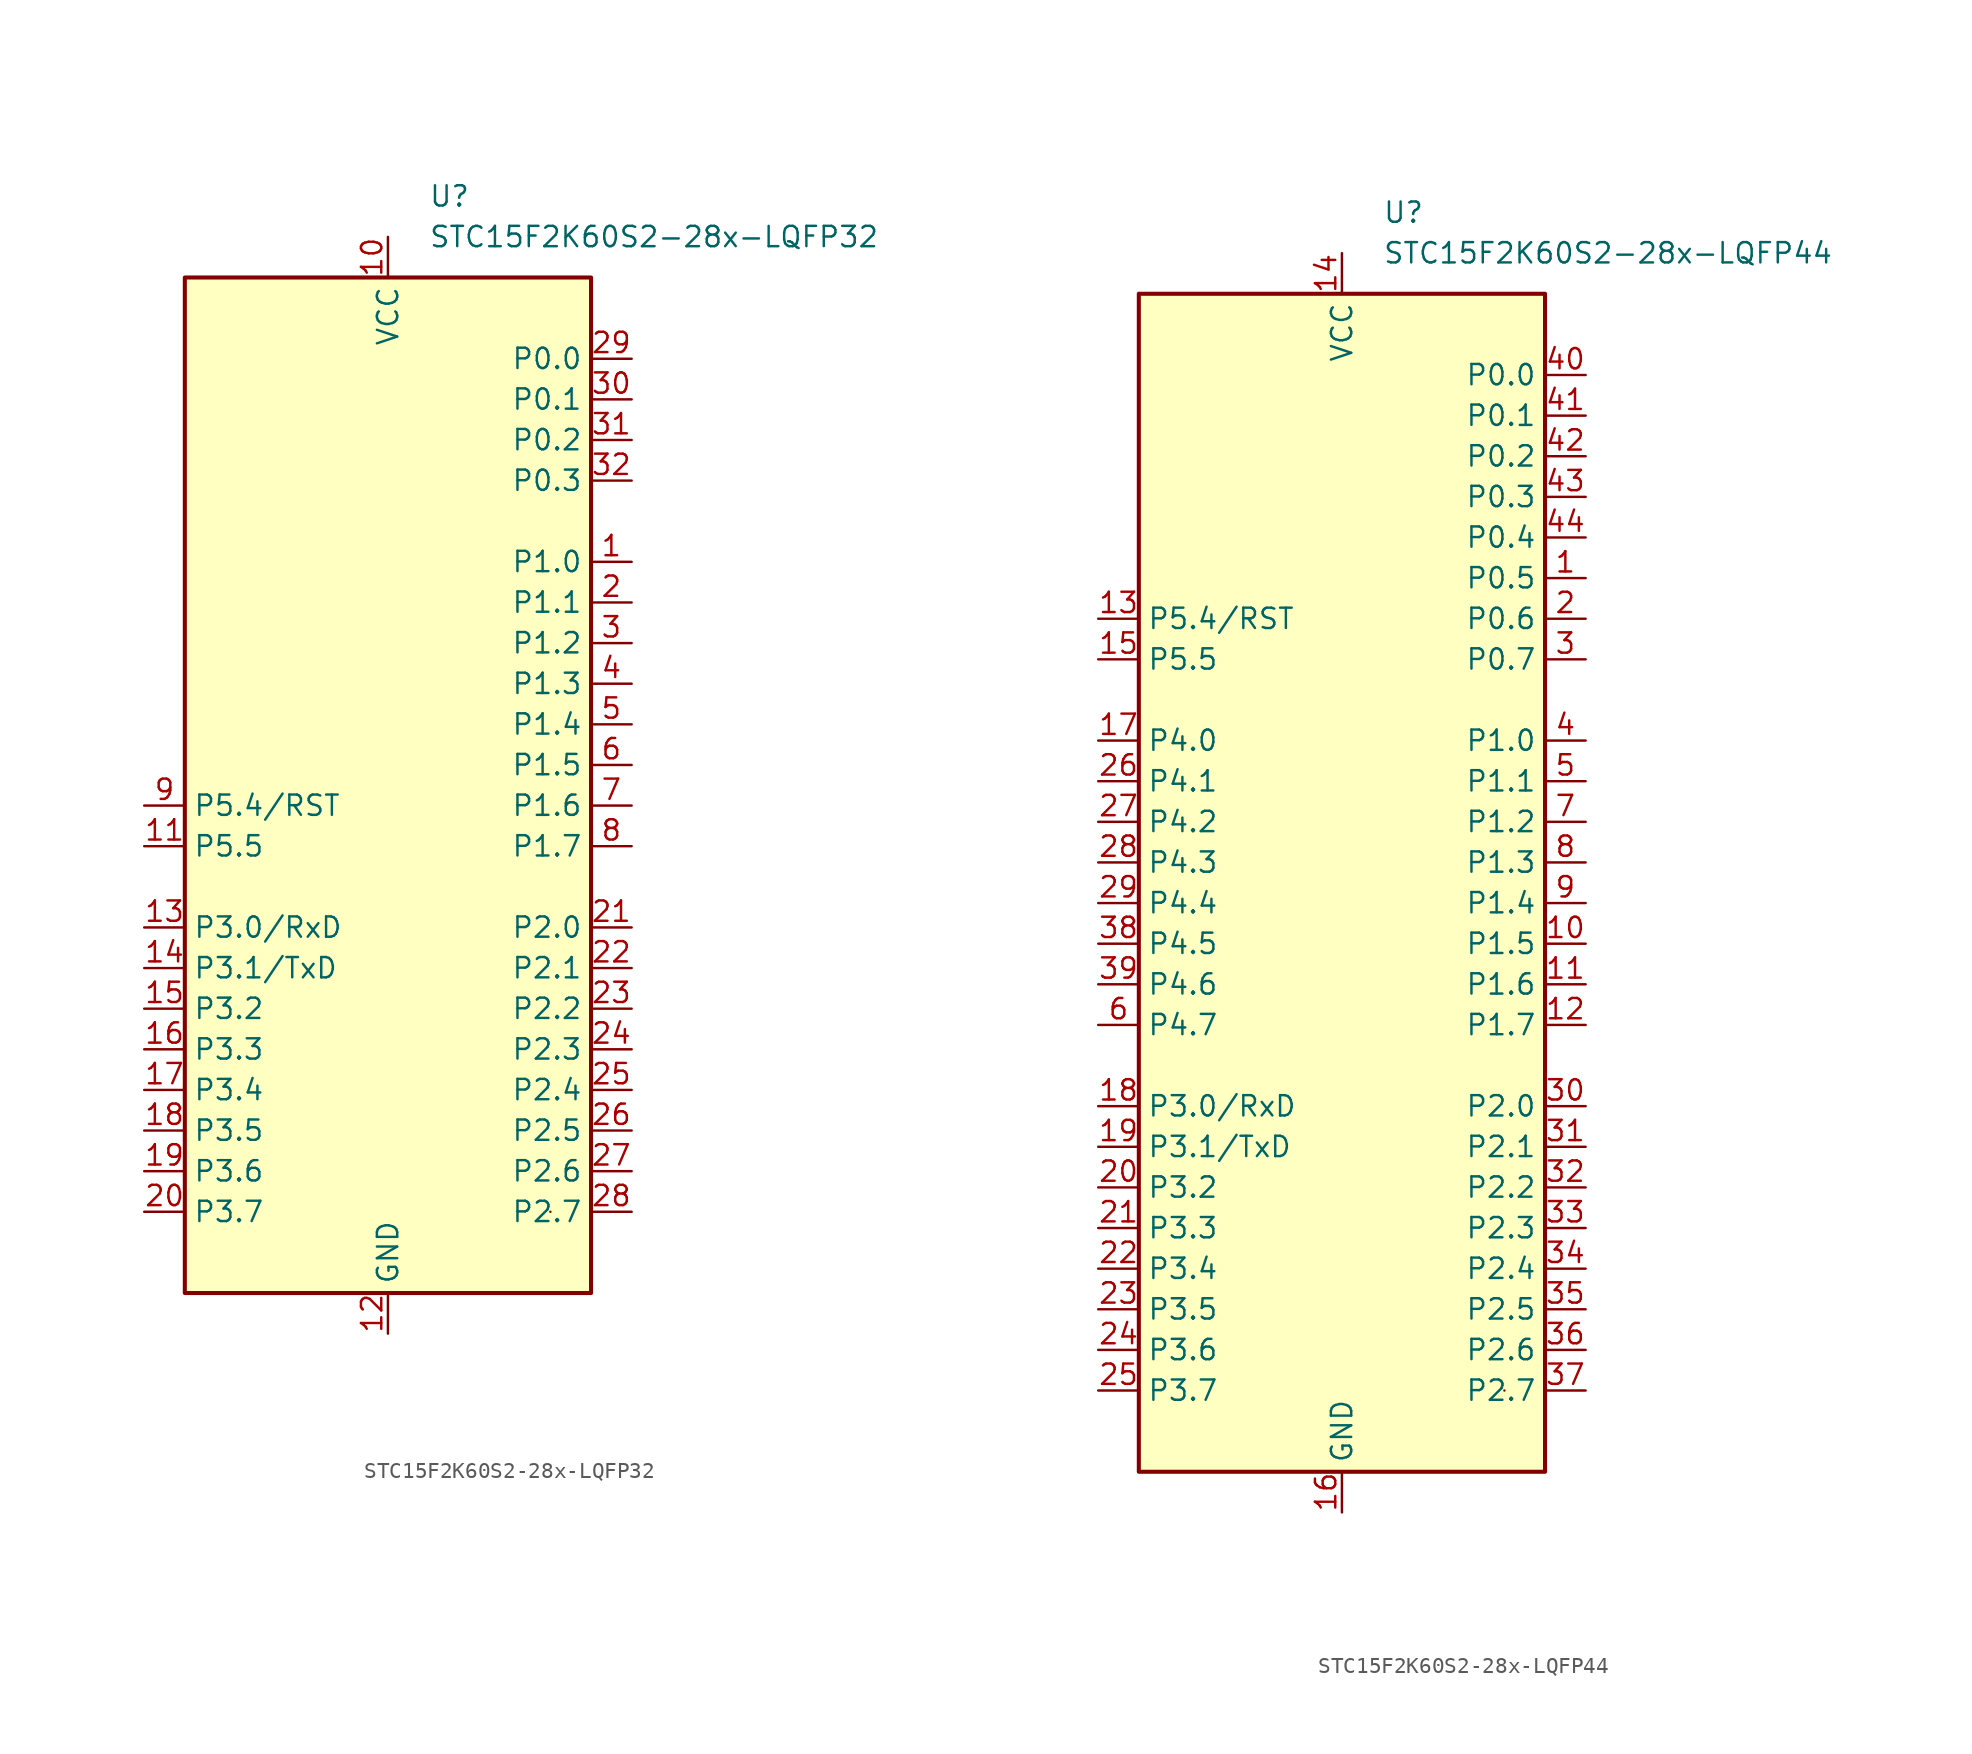
<source format=kicad_sym>
(kicad_symbol_lib
  (version 20211014)
  (generator kicad_symbol_editor)
  (symbol "STC15F2K60S2-28x-LQFP32"
    (property "Reference" "U"
      (at 2.54 36.83 0)
      (effects (font (size 1.27 1.27)) (justify left)))
    (property "Value" "STC15F2K60S2-28x-LQFP32"
      (at 2.54 34.29 0)
      (effects (font (size 1.27 1.27)) (justify left)))
    (symbol "STC15F2K60S2-28x-LQFP32_0_1"
      (rectangle (start -12.7 31.75) (end 12.7 -31.75) (stroke (width 0.254) (type default) (color 0 0 0 0)) (fill (type background)))
      (rectangle (start 10.16 -26.67) (end 10.16 -26.67) (stroke (width 0) (type default) (color 0 0 0 0)) (fill (type none))))
    (symbol "STC15F2K60S2-28x-LQFP32_1_1"
      (pin bidirectional line (at 15.24 13.97 180) (length 2.54) (name "P1.0" (effects (font (size 1.27 1.27)))) (number "1" (effects (font (size 1.27 1.27)))))
      (pin power_in line (at 0 34.29 270) (length 2.54) (name "VCC" (effects (font (size 1.27 1.27)))) (number "10" (effects (font (size 1.27 1.27)))))
      (pin bidirectional line (at -15.24 -3.81 0) (length 2.54) (name "P5.5" (effects (font (size 1.27 1.27)))) (number "11" (effects (font (size 1.27 1.27)))))
      (pin power_in line (at 0 -34.29 90) (length 2.54) (name "GND" (effects (font (size 1.27 1.27)))) (number "12" (effects (font (size 1.27 1.27)))))
      (pin bidirectional line (at -15.24 -8.89 0) (length 2.54) (name "P3.0/RxD" (effects (font (size 1.27 1.27)))) (number "13" (effects (font (size 1.27 1.27)))))
      (pin bidirectional line (at -15.24 -11.43 0) (length 2.54) (name "P3.1/TxD" (effects (font (size 1.27 1.27)))) (number "14" (effects (font (size 1.27 1.27)))))
      (pin bidirectional line (at -15.24 -13.97 0) (length 2.54) (name "P3.2" (effects (font (size 1.27 1.27)))) (number "15" (effects (font (size 1.27 1.27)))))
      (pin bidirectional line (at -15.24 -16.51 0) (length 2.54) (name "P3.3" (effects (font (size 1.27 1.27)))) (number "16" (effects (font (size 1.27 1.27)))))
      (pin bidirectional line (at -15.24 -19.05 0) (length 2.54) (name "P3.4" (effects (font (size 1.27 1.27)))) (number "17" (effects (font (size 1.27 1.27)))))
      (pin bidirectional line (at -15.24 -21.59 0) (length 2.54) (name "P3.5" (effects (font (size 1.27 1.27)))) (number "18" (effects (font (size 1.27 1.27)))))
      (pin bidirectional line (at -15.24 -24.13 0) (length 2.54) (name "P3.6" (effects (font (size 1.27 1.27)))) (number "19" (effects (font (size 1.27 1.27)))))
      (pin bidirectional line (at 15.24 11.43 180) (length 2.54) (name "P1.1" (effects (font (size 1.27 1.27)))) (number "2" (effects (font (size 1.27 1.27)))))
      (pin bidirectional line (at -15.24 -26.67 0) (length 2.54) (name "P3.7" (effects (font (size 1.27 1.27)))) (number "20" (effects (font (size 1.27 1.27)))))
      (pin bidirectional line (at 15.24 -8.89 180) (length 2.54) (name "P2.0" (effects (font (size 1.27 1.27)))) (number "21" (effects (font (size 1.27 1.27)))))
      (pin bidirectional line (at 15.24 -11.43 180) (length 2.54) (name "P2.1" (effects (font (size 1.27 1.27)))) (number "22" (effects (font (size 1.27 1.27)))))
      (pin bidirectional line (at 15.24 -13.97 180) (length 2.54) (name "P2.2" (effects (font (size 1.27 1.27)))) (number "23" (effects (font (size 1.27 1.27)))))
      (pin bidirectional line (at 15.24 -16.51 180) (length 2.54) (name "P2.3" (effects (font (size 1.27 1.27)))) (number "24" (effects (font (size 1.27 1.27)))))
      (pin bidirectional line (at 15.24 -19.05 180) (length 2.54) (name "P2.4" (effects (font (size 1.27 1.27)))) (number "25" (effects (font (size 1.27 1.27)))))
      (pin bidirectional line (at 15.24 -21.59 180) (length 2.54) (name "P2.5" (effects (font (size 1.27 1.27)))) (number "26" (effects (font (size 1.27 1.27)))))
      (pin bidirectional line (at 15.24 -24.13 180) (length 2.54) (name "P2.6" (effects (font (size 1.27 1.27)))) (number "27" (effects (font (size 1.27 1.27)))))
      (pin bidirectional line (at 15.24 -26.67 180) (length 2.54) (name "P2.7" (effects (font (size 1.27 1.27)))) (number "28" (effects (font (size 1.27 1.27)))))
      (pin bidirectional line (at 15.24 26.67 180) (length 2.54) (name "P0.0" (effects (font (size 1.27 1.27)))) (number "29" (effects (font (size 1.27 1.27)))))
      (pin bidirectional line (at 15.24 8.89 180) (length 2.54) (name "P1.2" (effects (font (size 1.27 1.27)))) (number "3" (effects (font (size 1.27 1.27)))))
      (pin bidirectional line (at 15.24 24.13 180) (length 2.54) (name "P0.1" (effects (font (size 1.27 1.27)))) (number "30" (effects (font (size 1.27 1.27)))))
      (pin bidirectional line (at 15.24 21.59 180) (length 2.54) (name "P0.2" (effects (font (size 1.27 1.27)))) (number "31" (effects (font (size 1.27 1.27)))))
      (pin bidirectional line (at 15.24 19.05 180) (length 2.54) (name "P0.3" (effects (font (size 1.27 1.27)))) (number "32" (effects (font (size 1.27 1.27)))))
      (pin bidirectional line (at 15.24 6.35 180) (length 2.54) (name "P1.3" (effects (font (size 1.27 1.27)))) (number "4" (effects (font (size 1.27 1.27)))))
      (pin bidirectional line (at 15.24 3.81 180) (length 2.54) (name "P1.4" (effects (font (size 1.27 1.27)))) (number "5" (effects (font (size 1.27 1.27)))))
      (pin bidirectional line (at 15.24 1.27 180) (length 2.54) (name "P1.5" (effects (font (size 1.27 1.27)))) (number "6" (effects (font (size 1.27 1.27)))))
      (pin bidirectional line (at 15.24 -1.27 180) (length 2.54) (name "P1.6" (effects (font (size 1.27 1.27)))) (number "7" (effects (font (size 1.27 1.27)))))
      (pin bidirectional line (at 15.24 -3.81 180) (length 2.54) (name "P1.7" (effects (font (size 1.27 1.27)))) (number "8" (effects (font (size 1.27 1.27)))))
      (pin bidirectional line (at -15.24 -1.27 0) (length 2.54) (name "P5.4/RST" (effects (font (size 1.27 1.27)))) (number "9" (effects (font (size 1.27 1.27)))))))
  (symbol "STC15F2K60S2-28x-LQFP44"
    (property "Reference" "U"
      (at 2.54 41.91 0)
      (effects (font (size 1.27 1.27)) (justify left)))
    (property "Value" "STC15F2K60S2-28x-LQFP44"
      (at 2.54 39.37 0)
      (effects (font (size 1.27 1.27)) (justify left)))
    (symbol "STC15F2K60S2-28x-LQFP44_0_0"
      (pin bidirectional line (at -15.24 8.89 0) (length 2.54) (name "P4.0" (effects (font (size 1.27 1.27)))) (number "17" (effects (font (size 1.27 1.27)))))
      (pin bidirectional line (at -15.24 1.27 0) (length 2.54) (name "P4.3" (effects (font (size 1.27 1.27)))) (number "28" (effects (font (size 1.27 1.27)))))
      (pin bidirectional line (at -15.24 -6.35 0) (length 2.54) (name "P4.6" (effects (font (size 1.27 1.27)))) (number "39" (effects (font (size 1.27 1.27)))))
      (pin bidirectional line (at -15.24 -8.89 0) (length 2.54) (name "P4.7" (effects (font (size 1.27 1.27)))) (number "6" (effects (font (size 1.27 1.27))))))
    (symbol "STC15F2K60S2-28x-LQFP44_0_1"
      (rectangle (start -12.7 36.83) (end 12.7 -36.83) (stroke (width 0.254) (type default) (color 0 0 0 0)) (fill (type background)))
      (rectangle (start 10.16 -31.75) (end 10.16 -31.75) (stroke (width 0) (type default) (color 0 0 0 0)) (fill (type none))))
    (symbol "STC15F2K60S2-28x-LQFP44_1_1"
      (pin bidirectional line (at 15.24 19.05 180) (length 2.54) (name "P0.5" (effects (font (size 1.27 1.27)))) (number "1" (effects (font (size 1.27 1.27)))))
      (pin bidirectional line (at 15.24 -3.81 180) (length 2.54) (name "P1.5" (effects (font (size 1.27 1.27)))) (number "10" (effects (font (size 1.27 1.27)))))
      (pin bidirectional line (at 15.24 -6.35 180) (length 2.54) (name "P1.6" (effects (font (size 1.27 1.27)))) (number "11" (effects (font (size 1.27 1.27)))))
      (pin bidirectional line (at 15.24 -8.89 180) (length 2.54) (name "P1.7" (effects (font (size 1.27 1.27)))) (number "12" (effects (font (size 1.27 1.27)))))
      (pin bidirectional line (at -15.24 16.51 0) (length 2.54) (name "P5.4/RST" (effects (font (size 1.27 1.27)))) (number "13" (effects (font (size 1.27 1.27)))))
      (pin power_in line (at 0 39.37 270) (length 2.54) (name "VCC" (effects (font (size 1.27 1.27)))) (number "14" (effects (font (size 1.27 1.27)))))
      (pin bidirectional line (at -15.24 13.97 0) (length 2.54) (name "P5.5" (effects (font (size 1.27 1.27)))) (number "15" (effects (font (size 1.27 1.27)))))
      (pin power_in line (at 0 -39.37 90) (length 2.54) (name "GND" (effects (font (size 1.27 1.27)))) (number "16" (effects (font (size 1.27 1.27)))))
      (pin bidirectional line (at -15.24 -13.97 0) (length 2.54) (name "P3.0/RxD" (effects (font (size 1.27 1.27)))) (number "18" (effects (font (size 1.27 1.27)))))
      (pin bidirectional line (at -15.24 -16.51 0) (length 2.54) (name "P3.1/TxD" (effects (font (size 1.27 1.27)))) (number "19" (effects (font (size 1.27 1.27)))))
      (pin bidirectional line (at 15.24 16.51 180) (length 2.54) (name "P0.6" (effects (font (size 1.27 1.27)))) (number "2" (effects (font (size 1.27 1.27)))))
      (pin bidirectional line (at -15.24 -19.05 0) (length 2.54) (name "P3.2" (effects (font (size 1.27 1.27)))) (number "20" (effects (font (size 1.27 1.27)))))
      (pin bidirectional line (at -15.24 -21.59 0) (length 2.54) (name "P3.3" (effects (font (size 1.27 1.27)))) (number "21" (effects (font (size 1.27 1.27)))))
      (pin bidirectional line (at -15.24 -24.13 0) (length 2.54) (name "P3.4" (effects (font (size 1.27 1.27)))) (number "22" (effects (font (size 1.27 1.27)))))
      (pin bidirectional line (at -15.24 -26.67 0) (length 2.54) (name "P3.5" (effects (font (size 1.27 1.27)))) (number "23" (effects (font (size 1.27 1.27)))))
      (pin bidirectional line (at -15.24 -29.21 0) (length 2.54) (name "P3.6" (effects (font (size 1.27 1.27)))) (number "24" (effects (font (size 1.27 1.27)))))
      (pin bidirectional line (at -15.24 -31.75 0) (length 2.54) (name "P3.7" (effects (font (size 1.27 1.27)))) (number "25" (effects (font (size 1.27 1.27)))))
      (pin bidirectional line (at -15.24 6.35 0) (length 2.54) (name "P4.1" (effects (font (size 1.27 1.27)))) (number "26" (effects (font (size 1.27 1.27)))))
      (pin bidirectional line (at -15.24 3.81 0) (length 2.54) (name "P4.2" (effects (font (size 1.27 1.27)))) (number "27" (effects (font (size 1.27 1.27)))))
      (pin bidirectional line (at -15.24 -1.27 0) (length 2.54) (name "P4.4" (effects (font (size 1.27 1.27)))) (number "29" (effects (font (size 1.27 1.27)))))
      (pin bidirectional line (at 15.24 13.97 180) (length 2.54) (name "P0.7" (effects (font (size 1.27 1.27)))) (number "3" (effects (font (size 1.27 1.27)))))
      (pin bidirectional line (at 15.24 -13.97 180) (length 2.54) (name "P2.0" (effects (font (size 1.27 1.27)))) (number "30" (effects (font (size 1.27 1.27)))))
      (pin bidirectional line (at 15.24 -16.51 180) (length 2.54) (name "P2.1" (effects (font (size 1.27 1.27)))) (number "31" (effects (font (size 1.27 1.27)))))
      (pin bidirectional line (at 15.24 -19.05 180) (length 2.54) (name "P2.2" (effects (font (size 1.27 1.27)))) (number "32" (effects (font (size 1.27 1.27)))))
      (pin bidirectional line (at 15.24 -21.59 180) (length 2.54) (name "P2.3" (effects (font (size 1.27 1.27)))) (number "33" (effects (font (size 1.27 1.27)))))
      (pin bidirectional line (at 15.24 -24.13 180) (length 2.54) (name "P2.4" (effects (font (size 1.27 1.27)))) (number "34" (effects (font (size 1.27 1.27)))))
      (pin bidirectional line (at 15.24 -26.67 180) (length 2.54) (name "P2.5" (effects (font (size 1.27 1.27)))) (number "35" (effects (font (size 1.27 1.27)))))
      (pin bidirectional line (at 15.24 -29.21 180) (length 2.54) (name "P2.6" (effects (font (size 1.27 1.27)))) (number "36" (effects (font (size 1.27 1.27)))))
      (pin bidirectional line (at 15.24 -31.75 180) (length 2.54) (name "P2.7" (effects (font (size 1.27 1.27)))) (number "37" (effects (font (size 1.27 1.27)))))
      (pin bidirectional line (at -15.24 -3.81 0) (length 2.54) (name "P4.5" (effects (font (size 1.27 1.27)))) (number "38" (effects (font (size 1.27 1.27)))))
      (pin bidirectional line (at 15.24 8.89 180) (length 2.54) (name "P1.0" (effects (font (size 1.27 1.27)))) (number "4" (effects (font (size 1.27 1.27)))))
      (pin bidirectional line (at 15.24 31.75 180) (length 2.54) (name "P0.0" (effects (font (size 1.27 1.27)))) (number "40" (effects (font (size 1.27 1.27)))))
      (pin bidirectional line (at 15.24 29.21 180) (length 2.54) (name "P0.1" (effects (font (size 1.27 1.27)))) (number "41" (effects (font (size 1.27 1.27)))))
      (pin bidirectional line (at 15.24 26.67 180) (length 2.54) (name "P0.2" (effects (font (size 1.27 1.27)))) (number "42" (effects (font (size 1.27 1.27)))))
      (pin bidirectional line (at 15.24 24.13 180) (length 2.54) (name "P0.3" (effects (font (size 1.27 1.27)))) (number "43" (effects (font (size 1.27 1.27)))))
      (pin bidirectional line (at 15.24 21.59 180) (length 2.54) (name "P0.4" (effects (font (size 1.27 1.27)))) (number "44" (effects (font (size 1.27 1.27)))))
      (pin bidirectional line (at 15.24 6.35 180) (length 2.54) (name "P1.1" (effects (font (size 1.27 1.27)))) (number "5" (effects (font (size 1.27 1.27)))))
      (pin bidirectional line (at 15.24 3.81 180) (length 2.54) (name "P1.2" (effects (font (size 1.27 1.27)))) (number "7" (effects (font (size 1.27 1.27)))))
      (pin bidirectional line (at 15.24 1.27 180) (length 2.54) (name "P1.3" (effects (font (size 1.27 1.27)))) (number "8" (effects (font (size 1.27 1.27)))))
      (pin bidirectional line (at 15.24 -1.27 180) (length 2.54) (name "P1.4" (effects (font (size 1.27 1.27)))) (number "9" (effects (font (size 1.27 1.27))))))))
</source>
